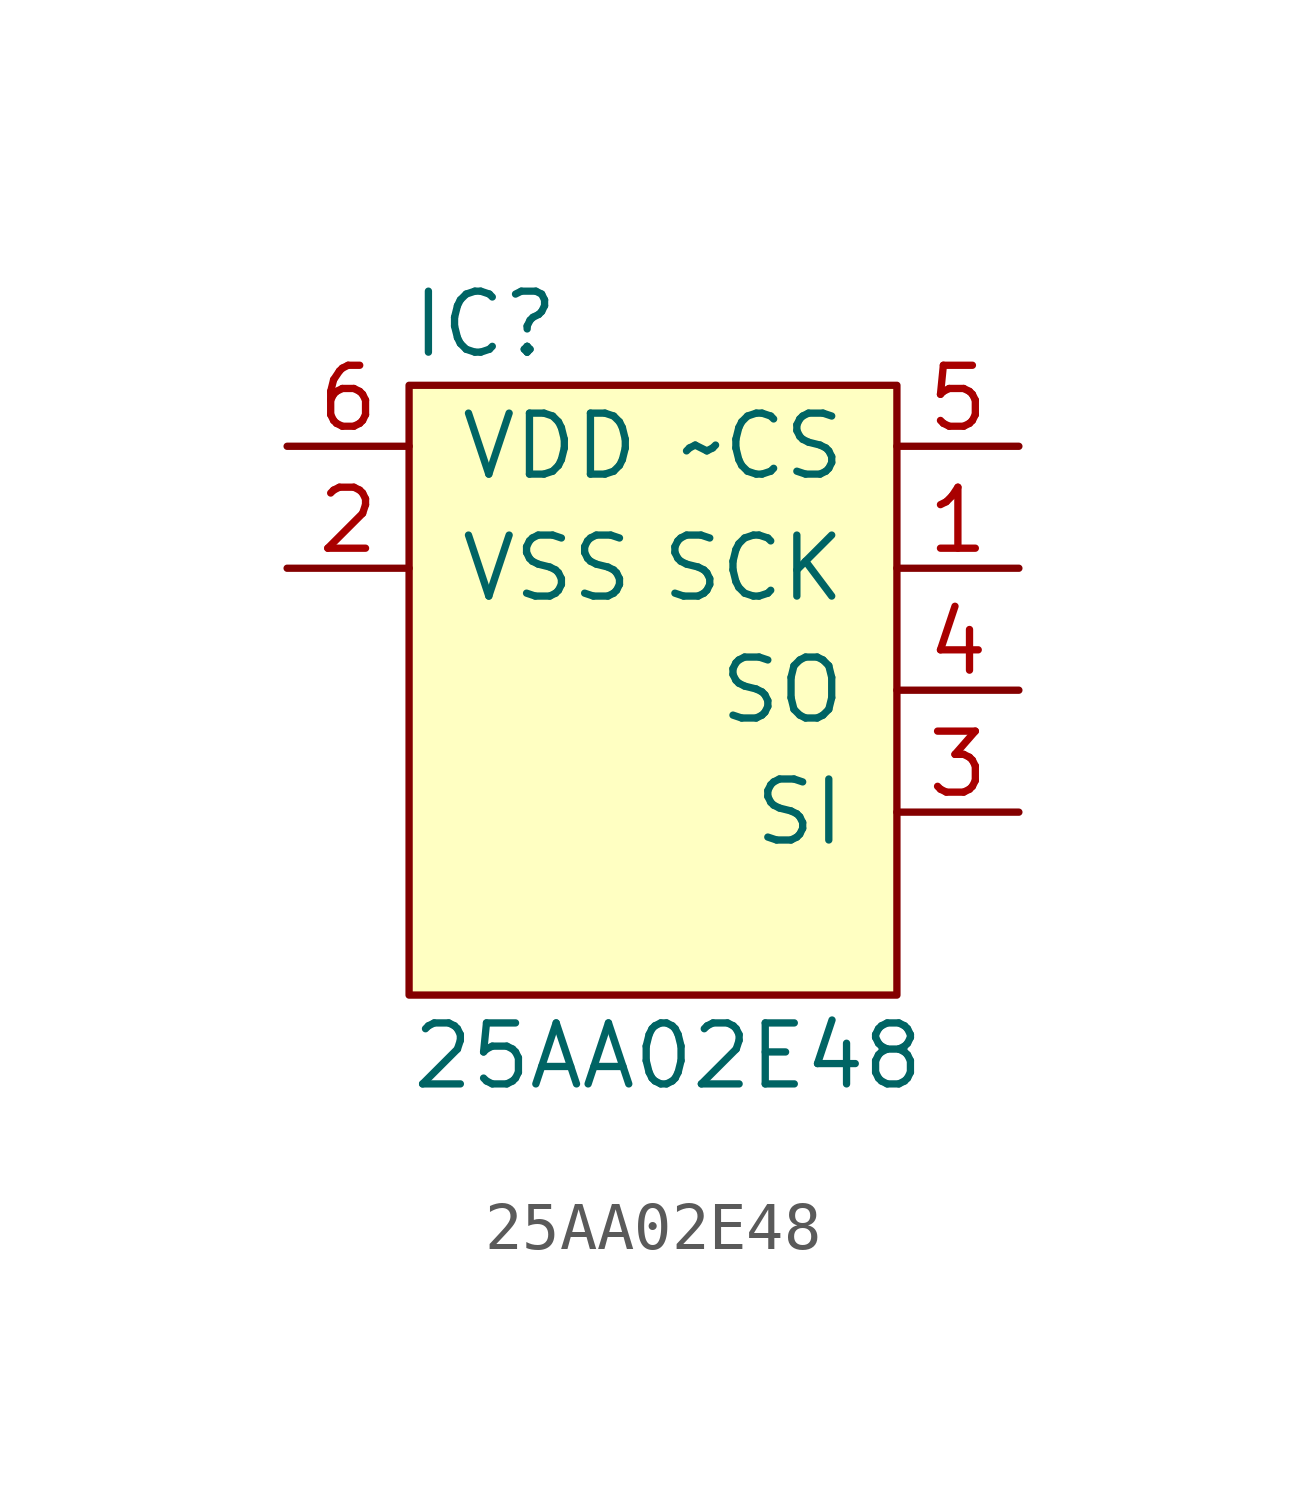
<source format=kicad_sym>
(kicad_symbol_lib
  (version 20211014)
  (generator agg_kicad.build_lib_ic)
  (symbol "25AA02E48"
    (pin_names
      (offset 1.016))
    (property Reference IC
      (at -5.08 7.62 0)
      (effects (font (size 1.27 1.27)) (justify left)))
    (property Value "25AA02E48"
      (at -5.08 -7.62 0)
      (effects (font (size 1.27 1.27)) (justify left)))
    (symbol "25AA02E48_0_0"
      (rectangle (start -5.08 6.35) (end 5.08 -6.35) (stroke (width 0) (type default) (color 0 0 0 0)) (fill (type background)))
      (pin power_in line (at -7.62 5.08 0) (length 2.54) (name VDD (effects (font (size 1.27 1.27)))) (number "6" (effects (font (size 1.27 1.27)))))
      (pin power_in line (at -7.62 2.54 0) (length 2.54) (name VSS (effects (font (size 1.27 1.27)))) (number "2" (effects (font (size 1.27 1.27)))))
      (pin input line (at 7.62 5.08 180) (length 2.54) (name "~CS" (effects (font (size 1.27 1.27)))) (number "5" (effects (font (size 1.27 1.27)))))
      (pin input line (at 7.62 2.54 180) (length 2.54) (name SCK (effects (font (size 1.27 1.27)))) (number "1" (effects (font (size 1.27 1.27)))))
      (pin tri_state line (at 7.62 0 180) (length 2.54) (name SO (effects (font (size 1.27 1.27)))) (number "4" (effects (font (size 1.27 1.27)))))
      (pin input line (at 7.62 -2.54 180) (length 2.54) (name SI (effects (font (size 1.27 1.27)))) (number "3" (effects (font (size 1.27 1.27))))))))
</source>
